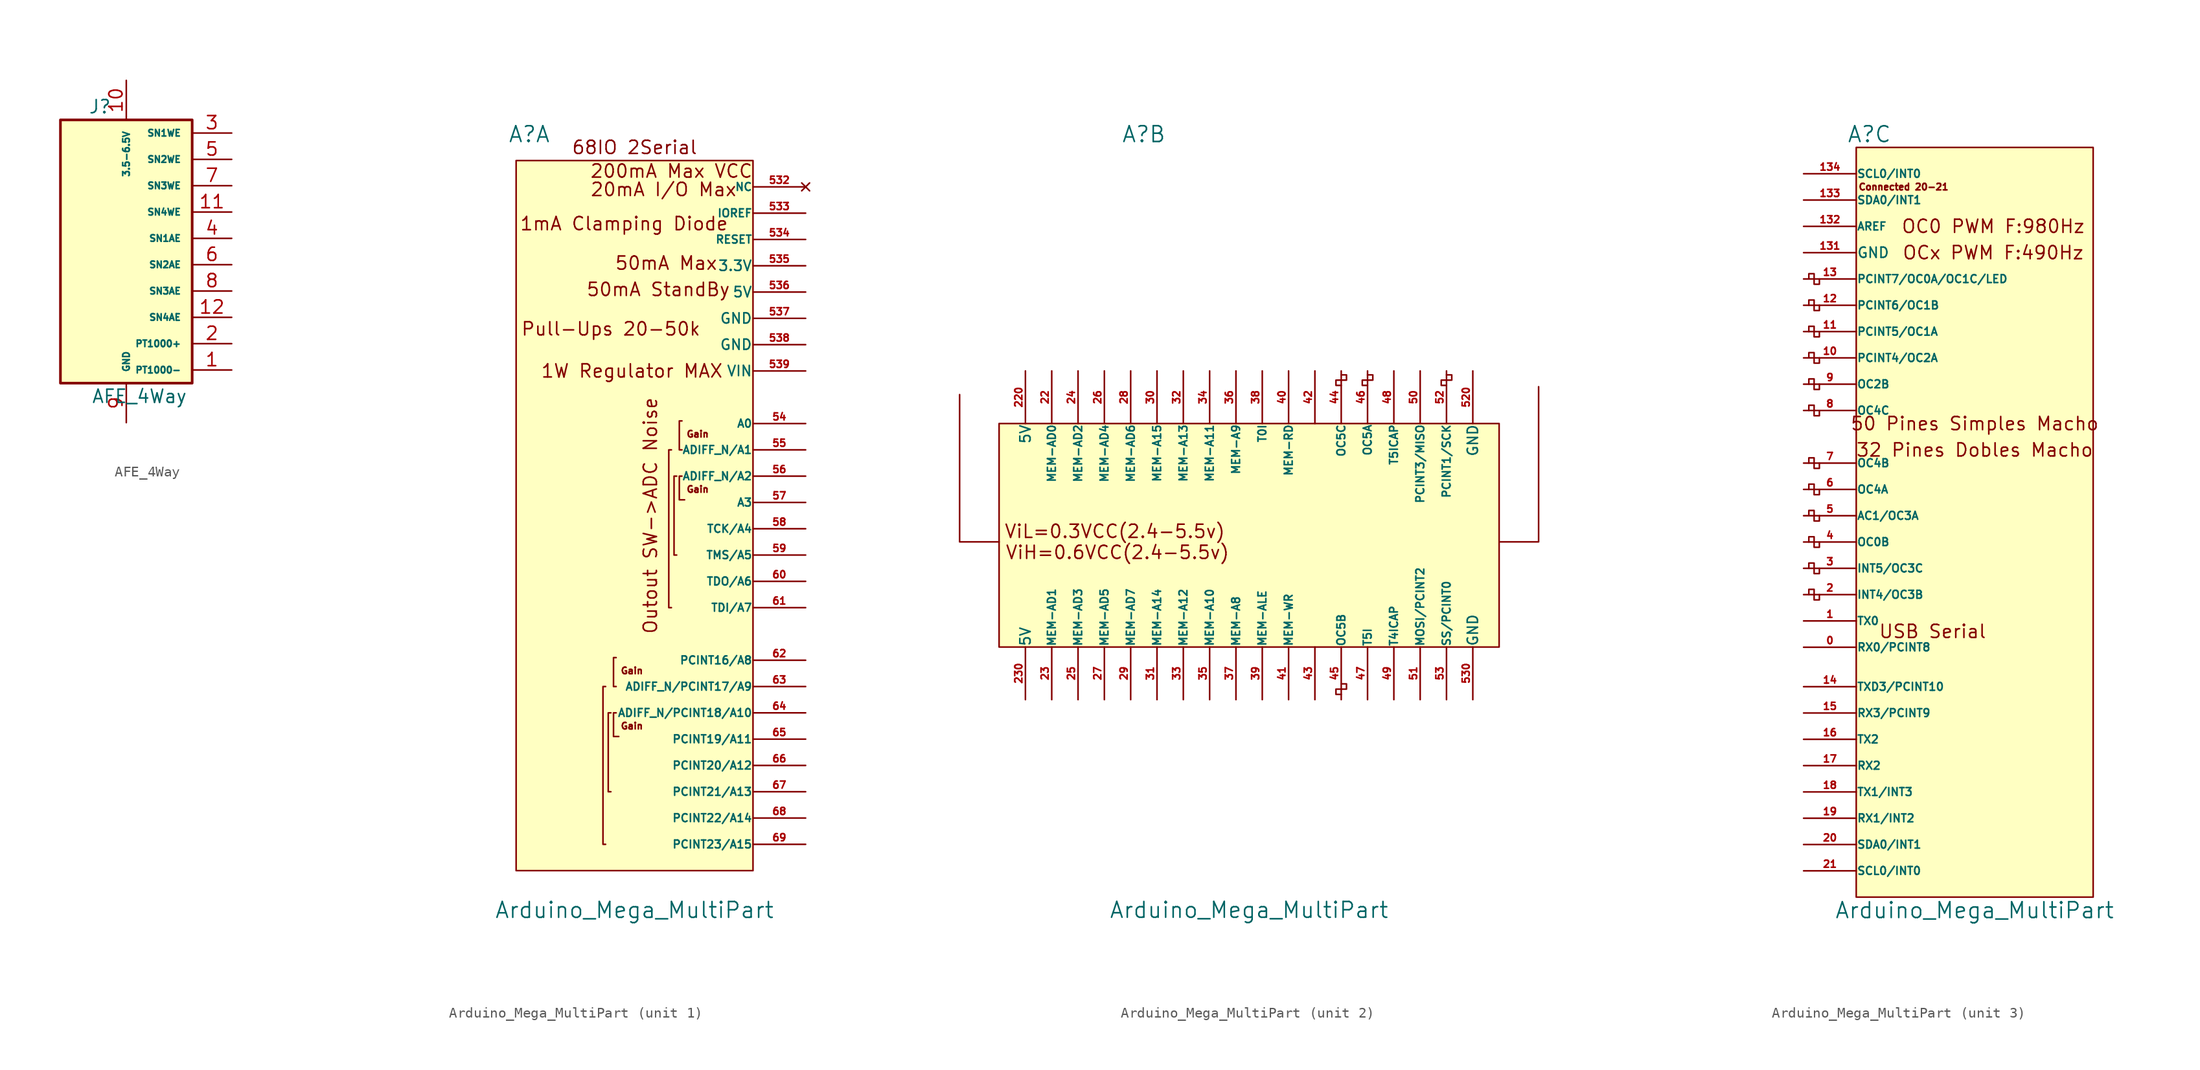
<source format=kicad_sym>
(kicad_symbol_lib
  (version 20231120)
  (generator "kicad_symbol_editor")
  (generator_version "8.0")
  (symbol "AFE_4Way"
    (pin_names
      (offset 1.016))
    (property "Reference" "J"
      (at -2.54 17.78 0)
      (effects (font (size 1.27 1.27))))
    (property "Value" "AFE_4Way"
      (at 1.27 -10.16 0)
      (effects (font (size 1.27 1.27))))
    (symbol "AFE_4Way_1_1"
      (rectangle (start -6.35 16.51) (end 6.35 -8.89) (stroke (width 0.254) (type default)) (fill (type background)))
      (pin passive line (at 10.16 -7.62 180) (length 3.81) (name "PT1000-" (effects (font (size 0.635 0.635)))) (number "1" (effects (font (size 1.27 1.27)))))
      (pin power_in line (at 0 20.32 270) (length 3.81) (name "3.5-6.5V" (effects (font (size 0.635 0.635)))) (number "10" (effects (font (size 1.27 1.27)))))
      (pin output line (at 10.16 7.62 180) (length 3.81) (name "SN4WE" (effects (font (size 0.635 0.635)))) (number "11" (effects (font (size 1.27 1.27)))))
      (pin output line (at 10.16 -2.54 180) (length 3.81) (name "SN4AE" (effects (font (size 0.635 0.635)))) (number "12" (effects (font (size 1.27 1.27)))))
      (pin output line (at 10.16 -5.08 180) (length 3.81) (name "PT1000+" (effects (font (size 0.635 0.635)))) (number "2" (effects (font (size 1.27 1.27)))))
      (pin output line (at 10.16 15.24 180) (length 3.81) (name "SN1WE" (effects (font (size 0.635 0.635)))) (number "3" (effects (font (size 1.27 1.27)))))
      (pin output line (at 10.16 5.08 180) (length 3.81) (name "SN1AE" (effects (font (size 0.635 0.635)))) (number "4" (effects (font (size 1.27 1.27)))))
      (pin output line (at 10.16 12.7 180) (length 3.81) (name "SN2WE" (effects (font (size 0.635 0.635)))) (number "5" (effects (font (size 1.27 1.27)))))
      (pin output line (at 10.16 2.54 180) (length 3.81) (name "SN2AE" (effects (font (size 0.635 0.635)))) (number "6" (effects (font (size 1.27 1.27)))))
      (pin output line (at 10.16 10.16 180) (length 3.81) (name "SN3WE" (effects (font (size 0.635 0.635)))) (number "7" (effects (font (size 1.27 1.27)))))
      (pin output line (at 10.16 0 180) (length 3.81) (name "SN3AE" (effects (font (size 0.635 0.635)))) (number "8" (effects (font (size 1.27 1.27)))))
      (pin power_in line (at 0 -12.7 90) (length 3.81) (name "GND" (effects (font (size 0.635 0.635)))) (number "9" (effects (font (size 1.27 1.27)))))))
  (symbol "Arduino_Mega_MultiPart"
    (pin_names
      (offset 0.025))
    (property "Reference" "A"
      (at -10.16 39.37 0)
      (effects (font (size 1.524 1.524))))
    (property "Value" "Arduino_Mega_MultiPart"
      (at 0 -35.56 0)
      (effects (font (size 1.524 1.524))))
    (property "Footprint" ""
      (at -27.94 2.54 90)
      (effects (font (size 1.524 1.524))))
    (property "Datasheet" ""
      (at -27.94 2.54 90)
      (effects (font (size 1.524 1.524))))
    (property "ki_locked" ""
      (at 0 0 0)
      (effects (font (size 1.27 1.27))))
    (symbol "Arduino_Mega_MultiPart_1_1"
      (rectangle (start -11.43 36.83) (end 11.43 -31.75) (stroke (width 0) (type default)) (fill (type background)))
      (polyline (pts (xy -2.794 -13.97) (xy -3.048 -13.97) (xy -3.048 -29.21) (xy -2.794 -29.21)) (stroke (width 0) (type default)) (fill (type none)))
      (polyline (pts (xy -2.286 -16.51) (xy -2.54 -16.51) (xy -2.54 -24.13) (xy -2.286 -24.13)) (stroke (width 0) (type default)) (fill (type none)))
      (polyline (pts (xy -1.778 -13.97) (xy -2.032 -13.97) (xy -2.032 -11.176) (xy -1.778 -11.176)) (stroke (width 0) (type default)) (fill (type none)))
      (polyline (pts (xy -1.524 -18.796) (xy -2.032 -18.796) (xy -2.032 -16.51) (xy -1.778 -16.51)) (stroke (width 0) (type default)) (fill (type none)))
      (polyline (pts (xy 3.556 8.89) (xy 3.302 8.89) (xy 3.302 -6.35) (xy 3.556 -6.35)) (stroke (width 0) (type default)) (fill (type none)))
      (polyline (pts (xy 4.064 6.35) (xy 3.81 6.35) (xy 3.81 -1.27) (xy 4.064 -1.27)) (stroke (width 0) (type default)) (fill (type none)))
      (polyline (pts (xy 4.572 8.89) (xy 4.318 8.89) (xy 4.318 11.684) (xy 4.572 11.684)) (stroke (width 0) (type default)) (fill (type none)))
      (polyline (pts (xy 4.826 4.064) (xy 4.318 4.064) (xy 4.318 6.35) (xy 4.572 6.35)) (stroke (width 0) (type default)) (fill (type none)))
      (text "1mA Clamping Diode" (at -1.016 30.734 0) (effects (font (size 1.27 1.27))))
      (text "1W Regulator MAX" (at -0.254 16.51 0) (effects (font (size 1.27 1.27))))
      (text "200mA Max VCC" (at 3.556 35.814 0) (effects (font (size 1.27 1.27))))
      (text "20mA I/O Max" (at 2.794 34.036 0) (effects (font (size 1.27 1.27))))
      (text "50mA Max" (at 3.048 26.924 0) (effects (font (size 1.27 1.27))))
      (text "50mA StandBy" (at 2.286 24.384 0) (effects (font (size 1.27 1.27))))
      (text "68IO 2Serial" (at 0 38.1 0) (effects (font (size 1.27 1.27))))
      (text "Gain" (at -0.254 -17.78 0) (effects (font (size 0.635 0.635))))
      (text "Gain" (at -0.254 -12.446 0) (effects (font (size 0.635 0.635))))
      (text "Gain" (at 6.096 5.08 0) (effects (font (size 0.635 0.635))))
      (text "Gain" (at 6.096 10.414 0) (effects (font (size 0.635 0.635))))
      (text "Outout SW->ADC Noise" (at 1.524 2.54 900) (effects (font (size 1.27 1.27))))
      (text "Pull-Ups 20-50k" (at -2.286 20.574 0) (effects (font (size 1.27 1.27))))
      (pin no_connect line (at 16.51 34.29 180) (length 5.08) (name "NC" (effects (font (size 0.762 0.762)))) (number "532" (effects (font (size 0.686 0.686)))))
      (pin passive line (at 16.51 31.75 180) (length 5.08) (name "IOREF" (effects (font (size 0.762 0.762)))) (number "533" (effects (font (size 0.686 0.686)))))
      (pin passive line (at 16.51 29.21 180) (length 5.08) (name "RESET" (effects (font (size 0.762 0.762)))) (number "534" (effects (font (size 0.686 0.686)))))
      (pin power_out line (at 16.51 26.67 180) (length 5.08) (name "3.3V" (effects (font (size 0.991 0.991)))) (number "535" (effects (font (size 0.686 0.686)))))
      (pin power_in line (at 16.51 24.13 180) (length 5.08) (name "5V" (effects (font (size 0.991 0.991)))) (number "536" (effects (font (size 0.686 0.686)))))
      (pin power_in line (at 16.51 21.59 180) (length 5.08) (name "GND" (effects (font (size 0.991 0.991)))) (number "537" (effects (font (size 0.686 0.686)))))
      (pin power_in line (at 16.51 19.05 180) (length 5.08) (name "GND" (effects (font (size 0.991 0.991)))) (number "538" (effects (font (size 0.686 0.686)))))
      (pin power_in line (at 16.51 16.51 180) (length 5.08) (name "VIN" (effects (font (size 0.991 0.991)))) (number "539" (effects (font (size 0.686 0.686)))))
      (pin bidirectional line (at 16.51 11.43 180) (length 5.08) (name "A0" (effects (font (size 0.762 0.762)))) (number "54" (effects (font (size 0.686 0.686)))))
      (pin output line (at 16.51 8.89 180) (length 5.08) (name "ADIFF_N/A1" (effects (font (size 0.762 0.762)))) (number "55" (effects (font (size 0.686 0.686)))))
      (pin bidirectional line (at 16.51 6.35 180) (length 5.08) (name "ADIFF_N/A2" (effects (font (size 0.762 0.762)))) (number "56" (effects (font (size 0.686 0.686)))))
      (pin bidirectional line (at 16.51 3.81 180) (length 5.08) (name "A3" (effects (font (size 0.762 0.762)))) (number "57" (effects (font (size 0.686 0.686)))))
      (pin bidirectional line (at 16.51 1.27 180) (length 5.08) (name "TCK/A4" (effects (font (size 0.762 0.762)))) (number "58" (effects (font (size 0.686 0.686)))))
      (pin bidirectional line (at 16.51 -1.27 180) (length 5.08) (name "TMS/A5" (effects (font (size 0.762 0.762)))) (number "59" (effects (font (size 0.686 0.686)))))
      (pin bidirectional line (at 16.51 -3.81 180) (length 5.08) (name "TDO/A6" (effects (font (size 0.762 0.762)))) (number "60" (effects (font (size 0.686 0.686)))))
      (pin bidirectional line (at 16.51 -6.35 180) (length 5.08) (name "TDI/A7" (effects (font (size 0.762 0.762)))) (number "61" (effects (font (size 0.686 0.686)))))
      (pin bidirectional line (at 16.51 -11.43 180) (length 5.08) (name "PCINT16/A8" (effects (font (size 0.762 0.762)))) (number "62" (effects (font (size 0.686 0.686)))))
      (pin bidirectional line (at 16.51 -13.97 180) (length 5.08) (name "ADIFF_N/PCINT17/A9" (effects (font (size 0.762 0.762)))) (number "63" (effects (font (size 0.686 0.686)))))
      (pin bidirectional line (at 16.51 -16.51 180) (length 5.08) (name "ADIFF_N/PCINT18/A10" (effects (font (size 0.762 0.762)))) (number "64" (effects (font (size 0.686 0.686)))))
      (pin bidirectional line (at 16.51 -19.05 180) (length 5.08) (name "PCINT19/A11" (effects (font (size 0.762 0.762)))) (number "65" (effects (font (size 0.686 0.686)))))
      (pin bidirectional line (at 16.51 -21.59 180) (length 5.08) (name "PCINT20/A12" (effects (font (size 0.762 0.762)))) (number "66" (effects (font (size 0.686 0.686)))))
      (pin bidirectional line (at 16.51 -24.13 180) (length 5.08) (name "PCINT21/A13" (effects (font (size 0.762 0.762)))) (number "67" (effects (font (size 0.686 0.686)))))
      (pin bidirectional line (at 16.51 -26.67 180) (length 5.08) (name "PCINT22/A14" (effects (font (size 0.762 0.762)))) (number "68" (effects (font (size 0.686 0.686)))))
      (pin bidirectional line (at 16.51 -29.21 180) (length 5.08) (name "PCINT23/A15" (effects (font (size 0.762 0.762)))) (number "69" (effects (font (size 0.686 0.686))))))
    (symbol "Arduino_Mega_MultiPart_2_1"
      (rectangle (start -24.13 -10.16) (end 24.13 11.43) (stroke (width 0) (type default)) (fill (type background)))
      (polyline (pts (xy -24.13 0) (xy -27.94 0) (xy -27.94 14.224)) (stroke (width 0) (type default)) (fill (type none)))
      (polyline (pts (xy 24.13 0) (xy 27.94 0) (xy 27.94 14.986)) (stroke (width 0) (type default)) (fill (type none)))
      (polyline (pts (xy 8.89 -13.716) (xy 9.398 -13.716) (xy 9.398 -14.224) (xy 8.382 -14.224) (xy 8.382 -14.732) (xy 8.89 -14.732)) (stroke (width 0) (type default)) (fill (type none)))
      (polyline (pts (xy 8.89 16.129) (xy 9.398 16.129) (xy 9.398 15.621) (xy 8.382 15.621) (xy 8.382 15.113) (xy 8.89 15.113)) (stroke (width 0) (type default)) (fill (type none)))
      (polyline (pts (xy 11.43 16.129) (xy 11.938 16.129) (xy 11.938 15.621) (xy 10.922 15.621) (xy 10.922 15.113) (xy 11.43 15.113)) (stroke (width 0) (type default)) (fill (type none)))
      (polyline (pts (xy 19.05 16.129) (xy 19.558 16.129) (xy 19.558 15.621) (xy 18.542 15.621) (xy 18.542 15.113) (xy 19.05 15.113)) (stroke (width 0) (type default)) (fill (type none)))
      (text "ViH=0.6VCC(2.4-5.5v)" (at -12.7 -1.016 0) (effects (font (size 1.27 1.27))))
      (text "ViL=0.3VCC(2.4-5.5v)" (at -12.954 1.016 0) (effects (font (size 1.27 1.27))))
      (pin bidirectional line (at -19.05 16.51 270) (length 5.08) (name "MEM-AD0" (effects (font (size 0.762 0.762)))) (number "22" (effects (font (size 0.686 0.686)))))
      (pin power_in line (at -21.59 16.51 270) (length 5.08) (name "5V" (effects (font (size 0.991 0.991)))) (number "220" (effects (font (size 0.686 0.686)))))
      (pin bidirectional line (at -19.05 -15.24 90) (length 5.08) (name "MEM-AD1" (effects (font (size 0.762 0.762)))) (number "23" (effects (font (size 0.686 0.686)))))
      (pin power_in line (at -21.59 -15.24 90) (length 5.08) (name "5V" (effects (font (size 0.991 0.991)))) (number "230" (effects (font (size 0.686 0.686)))))
      (pin bidirectional line (at -16.51 16.51 270) (length 5.08) (name "MEM-AD2" (effects (font (size 0.762 0.762)))) (number "24" (effects (font (size 0.686 0.686)))))
      (pin bidirectional line (at -16.51 -15.24 90) (length 5.08) (name "MEM-AD3" (effects (font (size 0.762 0.762)))) (number "25" (effects (font (size 0.686 0.686)))))
      (pin bidirectional line (at -13.97 16.51 270) (length 5.08) (name "MEM-AD4" (effects (font (size 0.762 0.762)))) (number "26" (effects (font (size 0.686 0.686)))))
      (pin bidirectional line (at -13.97 -15.24 90) (length 5.08) (name "MEM-AD5" (effects (font (size 0.762 0.762)))) (number "27" (effects (font (size 0.686 0.686)))))
      (pin bidirectional line (at -11.43 16.51 270) (length 5.08) (name "MEM-AD6" (effects (font (size 0.762 0.762)))) (number "28" (effects (font (size 0.686 0.686)))))
      (pin bidirectional line (at -11.43 -15.24 90) (length 5.08) (name "MEM-AD7" (effects (font (size 0.762 0.762)))) (number "29" (effects (font (size 0.686 0.686)))))
      (pin bidirectional line (at -8.89 16.51 270) (length 5.08) (name "MEM-A15" (effects (font (size 0.762 0.762)))) (number "30" (effects (font (size 0.686 0.686)))))
      (pin bidirectional line (at -8.89 -15.24 90) (length 5.08) (name "MEM-A14" (effects (font (size 0.762 0.762)))) (number "31" (effects (font (size 0.686 0.686)))))
      (pin bidirectional line (at -6.35 16.51 270) (length 5.08) (name "MEM-A13" (effects (font (size 0.762 0.762)))) (number "32" (effects (font (size 0.686 0.686)))))
      (pin bidirectional line (at -6.35 -15.24 90) (length 5.08) (name "MEM-A12" (effects (font (size 0.762 0.762)))) (number "33" (effects (font (size 0.686 0.686)))))
      (pin bidirectional line (at -3.81 16.51 270) (length 5.08) (name "MEM-A11" (effects (font (size 0.762 0.762)))) (number "34" (effects (font (size 0.686 0.686)))))
      (pin bidirectional line (at -3.81 -15.24 90) (length 5.08) (name "MEM-A10" (effects (font (size 0.762 0.762)))) (number "35" (effects (font (size 0.686 0.686)))))
      (pin bidirectional line (at -1.27 16.51 270) (length 5.08) (name "MEM-A9" (effects (font (size 0.762 0.762)))) (number "36" (effects (font (size 0.686 0.686)))))
      (pin bidirectional line (at -1.27 -15.24 90) (length 5.08) (name "MEM-A8" (effects (font (size 0.762 0.762)))) (number "37" (effects (font (size 0.686 0.686)))))
      (pin bidirectional line (at 1.27 16.51 270) (length 5.08) (name "T0I" (effects (font (size 0.762 0.762)))) (number "38" (effects (font (size 0.686 0.686)))))
      (pin bidirectional line (at 1.27 -15.24 90) (length 5.08) (name "MEM-ALE" (effects (font (size 0.762 0.762)))) (number "39" (effects (font (size 0.686 0.686)))))
      (pin bidirectional line (at 3.81 16.51 270) (length 5.08) (name "MEM-RD" (effects (font (size 0.762 0.762)))) (number "40" (effects (font (size 0.686 0.686)))))
      (pin bidirectional line (at 3.81 -15.24 90) (length 5.08) (name "MEM-WR" (effects (font (size 0.762 0.762)))) (number "41" (effects (font (size 0.686 0.686)))))
      (pin bidirectional line (at 6.35 16.51 270) (length 5.08) (name "~" (effects (font (size 0.762 0.762)))) (number "42" (effects (font (size 0.686 0.686)))))
      (pin bidirectional line (at 6.35 -15.24 90) (length 5.08) (name "~" (effects (font (size 0.762 0.762)))) (number "43" (effects (font (size 0.686 0.686)))))
      (pin bidirectional line (at 8.89 16.51 270) (length 5.08) (name "OC5C" (effects (font (size 0.762 0.762)))) (number "44" (effects (font (size 0.686 0.686)))))
      (pin bidirectional line (at 8.89 -15.24 90) (length 5.08) (name "OC5B" (effects (font (size 0.762 0.762)))) (number "45" (effects (font (size 0.686 0.686)))))
      (pin bidirectional line (at 11.43 16.51 270) (length 5.08) (name "OC5A" (effects (font (size 0.762 0.762)))) (number "46" (effects (font (size 0.686 0.686)))))
      (pin bidirectional line (at 11.43 -15.24 90) (length 5.08) (name "T5I" (effects (font (size 0.762 0.762)))) (number "47" (effects (font (size 0.686 0.686)))))
      (pin bidirectional line (at 13.97 16.51 270) (length 5.08) (name "T5ICAP" (effects (font (size 0.762 0.762)))) (number "48" (effects (font (size 0.686 0.686)))))
      (pin bidirectional line (at 13.97 -15.24 90) (length 5.08) (name "T4ICAP" (effects (font (size 0.762 0.762)))) (number "49" (effects (font (size 0.686 0.686)))))
      (pin bidirectional line (at 16.51 16.51 270) (length 5.08) (name "PCINT3/MISO" (effects (font (size 0.762 0.762)))) (number "50" (effects (font (size 0.686 0.686)))))
      (pin bidirectional line (at 16.51 -15.24 90) (length 5.08) (name "MOSI/PCINT2" (effects (font (size 0.762 0.762)))) (number "51" (effects (font (size 0.686 0.686)))))
      (pin bidirectional line (at 19.05 16.51 270) (length 5.08) (name "PCINT1/SCK" (effects (font (size 0.762 0.762)))) (number "52" (effects (font (size 0.686 0.686)))))
      (pin power_in line (at 21.59 16.51 270) (length 5.08) (name "GND" (effects (font (size 0.991 0.991)))) (number "520" (effects (font (size 0.686 0.686)))))
      (pin bidirectional line (at 19.05 -15.24 90) (length 5.08) (name "SS/PCINT0" (effects (font (size 0.762 0.762)))) (number "53" (effects (font (size 0.686 0.686)))))
      (pin power_in line (at 21.59 -15.24 90) (length 5.08) (name "GND" (effects (font (size 0.991 0.991)))) (number "530" (effects (font (size 0.686 0.686))))))
    (symbol "Arduino_Mega_MultiPart_3_1"
      (polyline (pts (xy -14.986 -5.08) (xy -14.986 -5.588) (xy -15.494 -5.588) (xy -15.494 -4.572) (xy -16.002 -4.572) (xy -16.002 -5.08)) (stroke (width 0) (type default)) (fill (type none)))
      (polyline (pts (xy -14.986 -2.54) (xy -14.986 -3.048) (xy -15.494 -3.048) (xy -15.494 -2.032) (xy -16.002 -2.032) (xy -16.002 -2.54)) (stroke (width 0) (type default)) (fill (type none)))
      (polyline (pts (xy -14.986 0) (xy -14.986 -0.508) (xy -15.494 -0.508) (xy -15.494 0.508) (xy -16.002 0.508) (xy -16.002 0)) (stroke (width 0) (type default)) (fill (type none)))
      (polyline (pts (xy -14.986 2.54) (xy -14.986 2.032) (xy -15.494 2.032) (xy -15.494 3.048) (xy -16.002 3.048) (xy -16.002 2.54)) (stroke (width 0) (type default)) (fill (type none)))
      (polyline (pts (xy -14.986 5.08) (xy -14.986 4.572) (xy -15.494 4.572) (xy -15.494 5.588) (xy -16.002 5.588) (xy -16.002 5.08)) (stroke (width 0) (type default)) (fill (type none)))
      (polyline (pts (xy -14.986 7.62) (xy -14.986 7.112) (xy -15.494 7.112) (xy -15.494 8.128) (xy -16.002 8.128) (xy -16.002 7.62)) (stroke (width 0) (type default)) (fill (type none)))
      (polyline (pts (xy -14.986 12.7) (xy -14.986 12.192) (xy -15.494 12.192) (xy -15.494 13.208) (xy -16.002 13.208) (xy -16.002 12.7)) (stroke (width 0) (type default)) (fill (type none)))
      (polyline (pts (xy -14.986 15.24) (xy -14.986 14.732) (xy -15.494 14.732) (xy -15.494 15.748) (xy -16.002 15.748) (xy -16.002 15.24)) (stroke (width 0) (type default)) (fill (type none)))
      (polyline (pts (xy -14.986 17.78) (xy -14.986 17.272) (xy -15.494 17.272) (xy -15.494 18.288) (xy -16.002 18.288) (xy -16.002 17.78)) (stroke (width 0) (type default)) (fill (type none)))
      (polyline (pts (xy -14.986 20.32) (xy -14.986 19.812) (xy -15.494 19.812) (xy -15.494 20.828) (xy -16.002 20.828) (xy -16.002 20.32)) (stroke (width 0) (type default)) (fill (type none)))
      (polyline (pts (xy -14.986 22.86) (xy -14.986 22.352) (xy -15.494 22.352) (xy -15.494 23.368) (xy -16.002 23.368) (xy -16.002 22.86)) (stroke (width 0) (type default)) (fill (type none)))
      (polyline (pts (xy -14.986 25.4) (xy -14.986 24.892) (xy -15.494 24.892) (xy -15.494 25.908) (xy -16.002 25.908) (xy -16.002 25.4)) (stroke (width 0) (type default)) (fill (type none)))
      (rectangle (start 11.43 38.1) (end -11.43 -34.29) (stroke (width 0) (type default)) (fill (type background)))
      (text "32 Pines Dobles Macho" (at 0 8.89 0) (effects (font (size 1.27 1.27))))
      (text "50 Pines Simples Macho" (at 0 11.43 0) (effects (font (size 1.27 1.27))))
      (text "Connected 20-21" (at -6.858 34.29 0) (effects (font (size 0.635 0.635))))
      (text "OC0 PWM F:980Hz" (at 1.778 30.48 0) (effects (font (size 1.27 1.27))))
      (text "OCx PWM F:490Hz" (at 1.778 27.94 0) (effects (font (size 1.27 1.27))))
      (text "USB Serial" (at -4.064 -8.636 0) (effects (font (size 1.27 1.27))))
      (pin bidirectional line (at -16.51 -10.16 0) (length 5.08) (name "RX0/PCINT8" (effects (font (size 0.762 0.762)))) (number "0" (effects (font (size 0.686 0.686)))))
      (pin bidirectional line (at -16.51 -7.62 0) (length 5.08) (name "TX0" (effects (font (size 0.762 0.762)))) (number "1" (effects (font (size 0.686 0.686)))))
      (pin bidirectional line (at -16.51 17.78 0) (length 5.08) (name "PCINT4/OC2A" (effects (font (size 0.762 0.762)))) (number "10" (effects (font (size 0.686 0.686)))))
      (pin bidirectional line (at -16.51 20.32 0) (length 5.08) (name "PCINT5/OC1A" (effects (font (size 0.762 0.762)))) (number "11" (effects (font (size 0.686 0.686)))))
      (pin bidirectional line (at -16.51 22.86 0) (length 5.08) (name "PCINT6/OC1B" (effects (font (size 0.762 0.762)))) (number "12" (effects (font (size 0.686 0.686)))))
      (pin bidirectional line (at -16.51 25.4 0) (length 5.08) (name "PCINT7/OC0A/OC1C/LED" (effects (font (size 0.762 0.762)))) (number "13" (effects (font (size 0.686 0.686)))))
      (pin power_in line (at -16.51 27.94 0) (length 5.08) (name "GND" (effects (font (size 0.991 0.991)))) (number "131" (effects (font (size 0.686 0.686)))))
      (pin passive line (at -16.51 30.48 0) (length 5.08) (name "AREF" (effects (font (size 0.762 0.762)))) (number "132" (effects (font (size 0.686 0.686)))))
      (pin bidirectional line (at -16.51 33.02 0) (length 5.08) (name "SDA0/INT1" (effects (font (size 0.762 0.762)))) (number "133" (effects (font (size 0.686 0.686)))))
      (pin bidirectional line (at -16.51 35.56 0) (length 5.08) (name "SCL0/INT0" (effects (font (size 0.762 0.762)))) (number "134" (effects (font (size 0.686 0.686)))))
      (pin bidirectional line (at -16.51 -13.97 0) (length 5.08) (name "TXD3/PCINT10" (effects (font (size 0.762 0.762)))) (number "14" (effects (font (size 0.686 0.686)))))
      (pin bidirectional line (at -16.51 -16.51 0) (length 5.08) (name "RX3/PCINT9" (effects (font (size 0.762 0.762)))) (number "15" (effects (font (size 0.686 0.686)))))
      (pin bidirectional line (at -16.51 -19.05 0) (length 5.08) (name "TX2" (effects (font (size 0.762 0.762)))) (number "16" (effects (font (size 0.686 0.686)))))
      (pin bidirectional line (at -16.51 -21.59 0) (length 5.08) (name "RX2" (effects (font (size 0.762 0.762)))) (number "17" (effects (font (size 0.686 0.686)))))
      (pin bidirectional line (at -16.51 -24.13 0) (length 5.08) (name "TX1/INT3" (effects (font (size 0.762 0.762)))) (number "18" (effects (font (size 0.686 0.686)))))
      (pin bidirectional line (at -16.51 -26.67 0) (length 5.08) (name "RX1/INT2" (effects (font (size 0.762 0.762)))) (number "19" (effects (font (size 0.686 0.686)))))
      (pin bidirectional line (at -16.51 -5.08 0) (length 5.08) (name "INT4/OC3B" (effects (font (size 0.762 0.762)))) (number "2" (effects (font (size 0.686 0.686)))))
      (pin bidirectional line (at -16.51 -29.21 0) (length 5.08) (name "SDA0/INT1" (effects (font (size 0.762 0.762)))) (number "20" (effects (font (size 0.686 0.686)))))
      (pin bidirectional line (at -16.51 -31.75 0) (length 5.08) (name "SCL0/INT0" (effects (font (size 0.762 0.762)))) (number "21" (effects (font (size 0.686 0.686)))))
      (pin bidirectional line (at -16.51 -2.54 0) (length 5.08) (name "INT5/OC3C" (effects (font (size 0.762 0.762)))) (number "3" (effects (font (size 0.686 0.686)))))
      (pin bidirectional line (at -16.51 0 0) (length 5.08) (name "OC0B" (effects (font (size 0.762 0.762)))) (number "4" (effects (font (size 0.686 0.686)))))
      (pin bidirectional line (at -16.51 2.54 0) (length 5.08) (name "AC1/OC3A" (effects (font (size 0.762 0.762)))) (number "5" (effects (font (size 0.686 0.686)))))
      (pin bidirectional line (at -16.51 5.08 0) (length 5.08) (name "OC4A" (effects (font (size 0.762 0.762)))) (number "6" (effects (font (size 0.686 0.686)))))
      (pin bidirectional line (at -16.51 7.62 0) (length 5.08) (name "OC4B" (effects (font (size 0.762 0.762)))) (number "7" (effects (font (size 0.686 0.686)))))
      (pin bidirectional line (at -16.51 12.7 0) (length 5.08) (name "OC4C" (effects (font (size 0.762 0.762)))) (number "8" (effects (font (size 0.686 0.686)))))
      (pin bidirectional line (at -16.51 15.24 0) (length 5.08) (name "OC2B" (effects (font (size 0.762 0.762)))) (number "9" (effects (font (size 0.686 0.686))))))))
</source>
